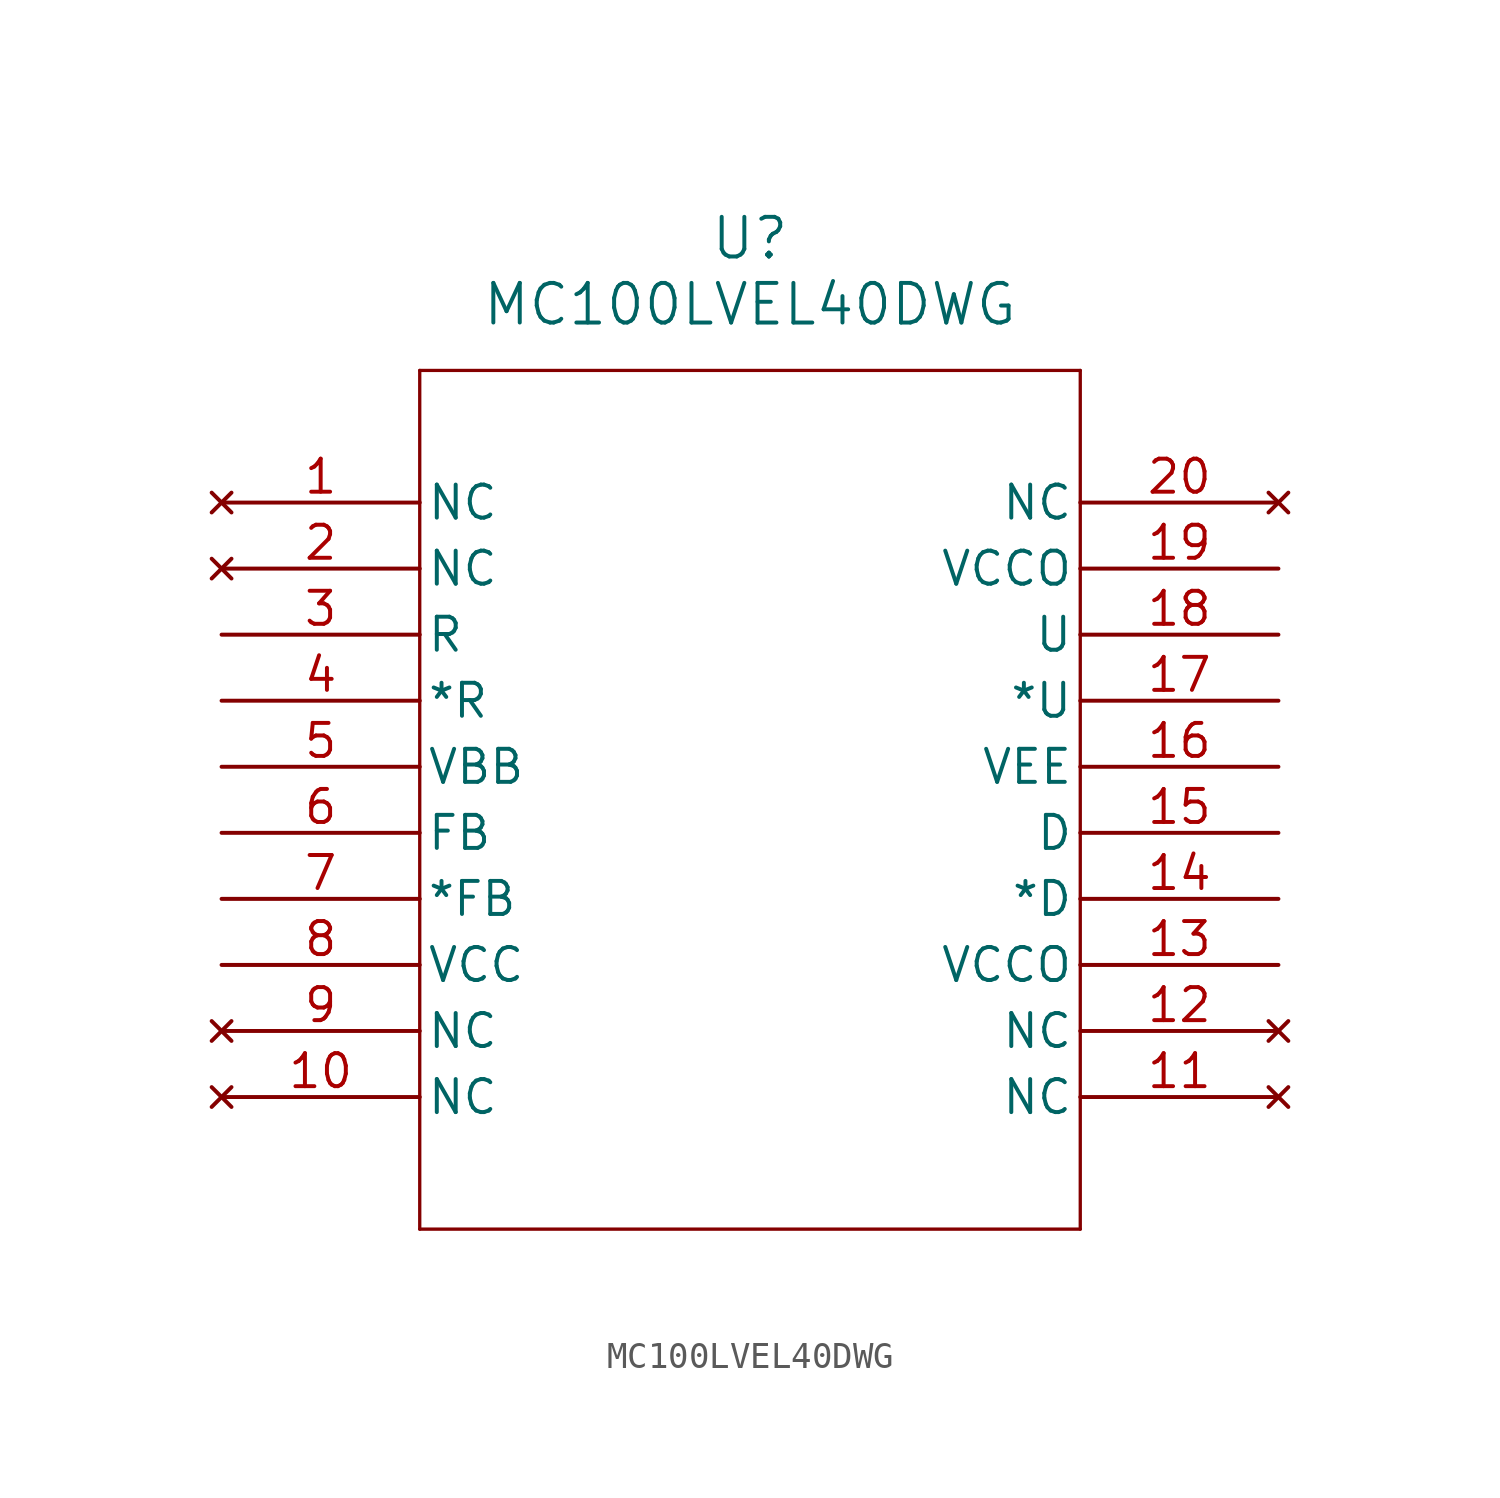
<source format=kicad_sym>
(kicad_symbol_lib
  (version 20211014)
  (generator kicad_symbol_editor)
  (symbol "MC100LVEL40DWG"
    (pin_names
      (offset 0.254))
    (property "Reference" "U"
      (at 20.32 10.16 0)
      (effects (font (size 1.524 1.524))))
    (property "Value" "MC100LVEL40DWG"
      (at 20.32 7.62 0)
      (effects (font (size 1.524 1.524))))
    (symbol "MC100LVEL40DWG_0_1"
      (polyline (pts (xy 7.62 5.08) (xy 7.62 -27.94)) (stroke (width 0.127) (type default) (color 0 0 0 0)) (fill (type none)))
      (polyline (pts (xy 7.62 -27.94) (xy 33.02 -27.94)) (stroke (width 0.127) (type default) (color 0 0 0 0)) (fill (type none)))
      (polyline (pts (xy 33.02 -27.94) (xy 33.02 5.08)) (stroke (width 0.127) (type default) (color 0 0 0 0)) (fill (type none)))
      (polyline (pts (xy 33.02 5.08) (xy 7.62 5.08)) (stroke (width 0.127) (type default) (color 0 0 0 0)) (fill (type none)))
      (pin no_connect line (at 0 0 0) (length 7.62) (name "NC" (effects (font (size 1.27 1.27)))) (number "1" (effects (font (size 1.27 1.27)))))
      (pin no_connect line (at 0 -2.54 0) (length 7.62) (name "NC" (effects (font (size 1.27 1.27)))) (number "2" (effects (font (size 1.27 1.27)))))
      (pin input line (at 0 -5.08 0) (length 7.62) (name "R" (effects (font (size 1.27 1.27)))) (number "3" (effects (font (size 1.27 1.27)))))
      (pin input line (at 0 -7.62 0) (length 7.62) (name "*R" (effects (font (size 1.27 1.27)))) (number "4" (effects (font (size 1.27 1.27)))))
      (pin power_in line (at 0 -10.16 0) (length 7.62) (name "VBB" (effects (font (size 1.27 1.27)))) (number "5" (effects (font (size 1.27 1.27)))))
      (pin input line (at 0 -12.7 0) (length 7.62) (name "FB" (effects (font (size 1.27 1.27)))) (number "6" (effects (font (size 1.27 1.27)))))
      (pin input line (at 0 -15.24 0) (length 7.62) (name "*FB" (effects (font (size 1.27 1.27)))) (number "7" (effects (font (size 1.27 1.27)))))
      (pin power_in line (at 0 -17.78 0) (length 7.62) (name "VCC" (effects (font (size 1.27 1.27)))) (number "8" (effects (font (size 1.27 1.27)))))
      (pin no_connect line (at 0 -20.32 0) (length 7.62) (name "NC" (effects (font (size 1.27 1.27)))) (number "9" (effects (font (size 1.27 1.27)))))
      (pin no_connect line (at 0 -22.86 0) (length 7.62) (name "NC" (effects (font (size 1.27 1.27)))) (number "10" (effects (font (size 1.27 1.27)))))
      (pin no_connect line (at 40.64 -22.86 180) (length 7.62) (name "NC" (effects (font (size 1.27 1.27)))) (number "11" (effects (font (size 1.27 1.27)))))
      (pin no_connect line (at 40.64 -20.32 180) (length 7.62) (name "NC" (effects (font (size 1.27 1.27)))) (number "12" (effects (font (size 1.27 1.27)))))
      (pin power_in line (at 40.64 -17.78 180) (length 7.62) (name "VCCO" (effects (font (size 1.27 1.27)))) (number "13" (effects (font (size 1.27 1.27)))))
      (pin output line (at 40.64 -15.24 180) (length 7.62) (name "*D" (effects (font (size 1.27 1.27)))) (number "14" (effects (font (size 1.27 1.27)))))
      (pin output line (at 40.64 -12.7 180) (length 7.62) (name "D" (effects (font (size 1.27 1.27)))) (number "15" (effects (font (size 1.27 1.27)))))
      (pin power_in line (at 40.64 -10.16 180) (length 7.62) (name "VEE" (effects (font (size 1.27 1.27)))) (number "16" (effects (font (size 1.27 1.27)))))
      (pin output line (at 40.64 -7.62 180) (length 7.62) (name "*U" (effects (font (size 1.27 1.27)))) (number "17" (effects (font (size 1.27 1.27)))))
      (pin output line (at 40.64 -5.08 180) (length 7.62) (name "U" (effects (font (size 1.27 1.27)))) (number "18" (effects (font (size 1.27 1.27)))))
      (pin power_in line (at 40.64 -2.54 180) (length 7.62) (name "VCCO" (effects (font (size 1.27 1.27)))) (number "19" (effects (font (size 1.27 1.27)))))
      (pin no_connect line (at 40.64 0 180) (length 7.62) (name "NC" (effects (font (size 1.27 1.27)))) (number "20" (effects (font (size 1.27 1.27))))))))
</source>
